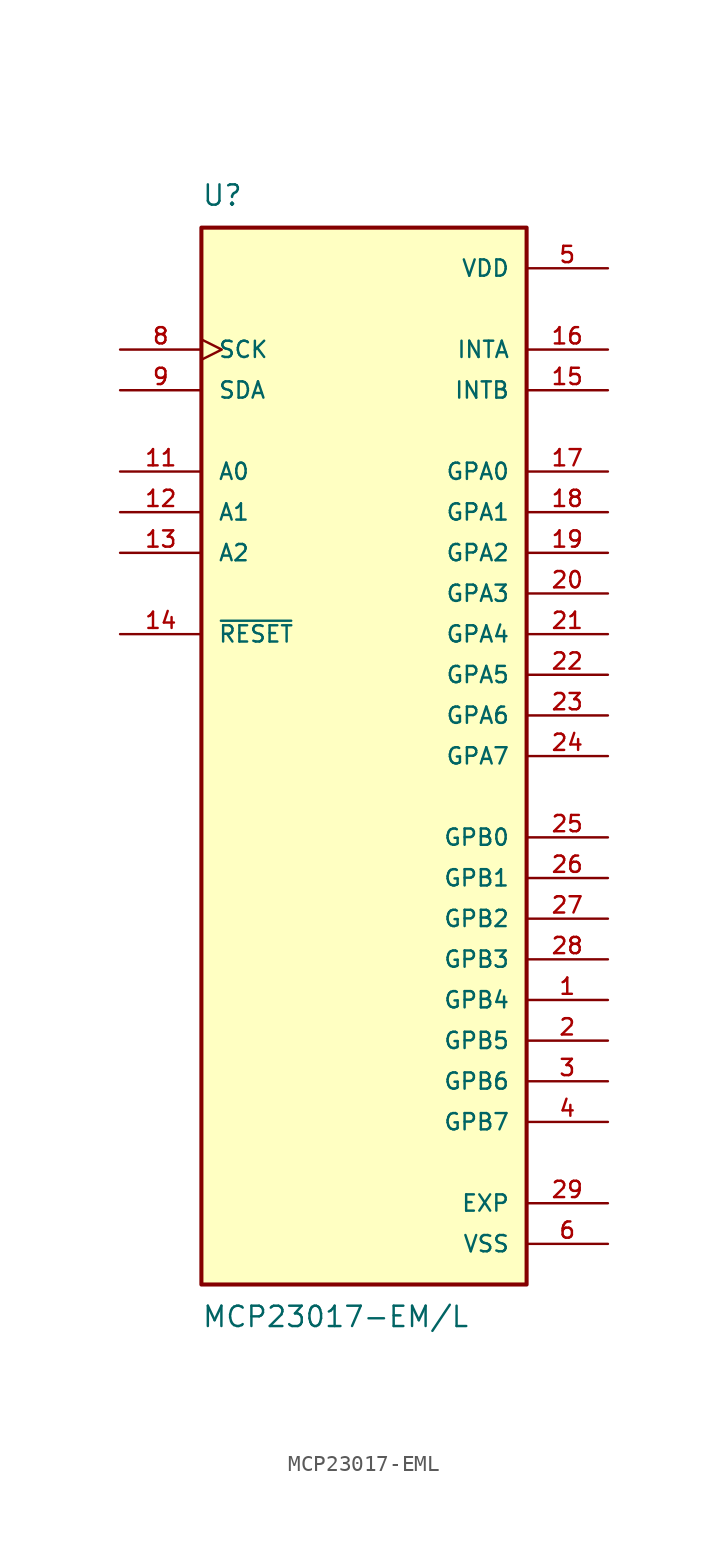
<source format=kicad_sym>
(kicad_symbol_lib
  (version 20231120)
  (generator "kicad_symbol_editor")
  (generator_version "8.0")
  (symbol "MCP23017-EML"
    (pin_names
      (offset 1.016))
    (property "Reference" "U"
      (at -10.16 34.29 0)
      (effects (font (size 1.27 1.27)) (justify left bottom)))
    (property "Value" "MCP23017-EM/L"
      (at -10.16 -34.29 0)
      (effects (font (size 1.27 1.27)) (justify left top)))
    (symbol "MCP23017-EML_0_0"
      (rectangle (start -10.16 -33.02) (end 10.16 33.02) (stroke (width 0.254) (type default)) (fill (type background)))
      (pin bidirectional line (at 15.24 -15.24 180) (length 5.08) (name "GPB4" (effects (font (size 1.016 1.016)))) (number "1" (effects (font (size 1.016 1.016)))))
      (pin input line (at -15.24 17.78 0) (length 5.08) (name "A0" (effects (font (size 1.016 1.016)))) (number "11" (effects (font (size 1.016 1.016)))))
      (pin input line (at -15.24 15.24 0) (length 5.08) (name "A1" (effects (font (size 1.016 1.016)))) (number "12" (effects (font (size 1.016 1.016)))))
      (pin input line (at -15.24 12.7 0) (length 5.08) (name "A2" (effects (font (size 1.016 1.016)))) (number "13" (effects (font (size 1.016 1.016)))))
      (pin input line (at -15.24 7.62 0) (length 5.08) (name "~{RESET}" (effects (font (size 1.016 1.016)))) (number "14" (effects (font (size 1.016 1.016)))))
      (pin output line (at 15.24 22.86 180) (length 5.08) (name "INTB" (effects (font (size 1.016 1.016)))) (number "15" (effects (font (size 1.016 1.016)))))
      (pin output line (at 15.24 25.4 180) (length 5.08) (name "INTA" (effects (font (size 1.016 1.016)))) (number "16" (effects (font (size 1.016 1.016)))))
      (pin bidirectional line (at 15.24 17.78 180) (length 5.08) (name "GPA0" (effects (font (size 1.016 1.016)))) (number "17" (effects (font (size 1.016 1.016)))))
      (pin bidirectional line (at 15.24 15.24 180) (length 5.08) (name "GPA1" (effects (font (size 1.016 1.016)))) (number "18" (effects (font (size 1.016 1.016)))))
      (pin bidirectional line (at 15.24 12.7 180) (length 5.08) (name "GPA2" (effects (font (size 1.016 1.016)))) (number "19" (effects (font (size 1.016 1.016)))))
      (pin bidirectional line (at 15.24 -17.78 180) (length 5.08) (name "GPB5" (effects (font (size 1.016 1.016)))) (number "2" (effects (font (size 1.016 1.016)))))
      (pin bidirectional line (at 15.24 10.16 180) (length 5.08) (name "GPA3" (effects (font (size 1.016 1.016)))) (number "20" (effects (font (size 1.016 1.016)))))
      (pin bidirectional line (at 15.24 7.62 180) (length 5.08) (name "GPA4" (effects (font (size 1.016 1.016)))) (number "21" (effects (font (size 1.016 1.016)))))
      (pin bidirectional line (at 15.24 5.08 180) (length 5.08) (name "GPA5" (effects (font (size 1.016 1.016)))) (number "22" (effects (font (size 1.016 1.016)))))
      (pin bidirectional line (at 15.24 2.54 180) (length 5.08) (name "GPA6" (effects (font (size 1.016 1.016)))) (number "23" (effects (font (size 1.016 1.016)))))
      (pin bidirectional line (at 15.24 0 180) (length 5.08) (name "GPA7" (effects (font (size 1.016 1.016)))) (number "24" (effects (font (size 1.016 1.016)))))
      (pin bidirectional line (at 15.24 -5.08 180) (length 5.08) (name "GPB0" (effects (font (size 1.016 1.016)))) (number "25" (effects (font (size 1.016 1.016)))))
      (pin bidirectional line (at 15.24 -7.62 180) (length 5.08) (name "GPB1" (effects (font (size 1.016 1.016)))) (number "26" (effects (font (size 1.016 1.016)))))
      (pin bidirectional line (at 15.24 -10.16 180) (length 5.08) (name "GPB2" (effects (font (size 1.016 1.016)))) (number "27" (effects (font (size 1.016 1.016)))))
      (pin bidirectional line (at 15.24 -12.7 180) (length 5.08) (name "GPB3" (effects (font (size 1.016 1.016)))) (number "28" (effects (font (size 1.016 1.016)))))
      (pin passive line (at 15.24 -27.94 180) (length 5.08) (name "EXP" (effects (font (size 1.016 1.016)))) (number "29" (effects (font (size 1.016 1.016)))))
      (pin bidirectional line (at 15.24 -20.32 180) (length 5.08) (name "GPB6" (effects (font (size 1.016 1.016)))) (number "3" (effects (font (size 1.016 1.016)))))
      (pin bidirectional line (at 15.24 -22.86 180) (length 5.08) (name "GPB7" (effects (font (size 1.016 1.016)))) (number "4" (effects (font (size 1.016 1.016)))))
      (pin power_in line (at 15.24 30.48 180) (length 5.08) (name "VDD" (effects (font (size 1.016 1.016)))) (number "5" (effects (font (size 1.016 1.016)))))
      (pin power_in line (at 15.24 -30.48 180) (length 5.08) (name "VSS" (effects (font (size 1.016 1.016)))) (number "6" (effects (font (size 1.016 1.016)))))
      (pin input clock (at -15.24 25.4 0) (length 5.08) (name "SCK" (effects (font (size 1.016 1.016)))) (number "8" (effects (font (size 1.016 1.016)))))
      (pin bidirectional line (at -15.24 22.86 0) (length 5.08) (name "SDA" (effects (font (size 1.016 1.016)))) (number "9" (effects (font (size 1.016 1.016))))))))
</source>
